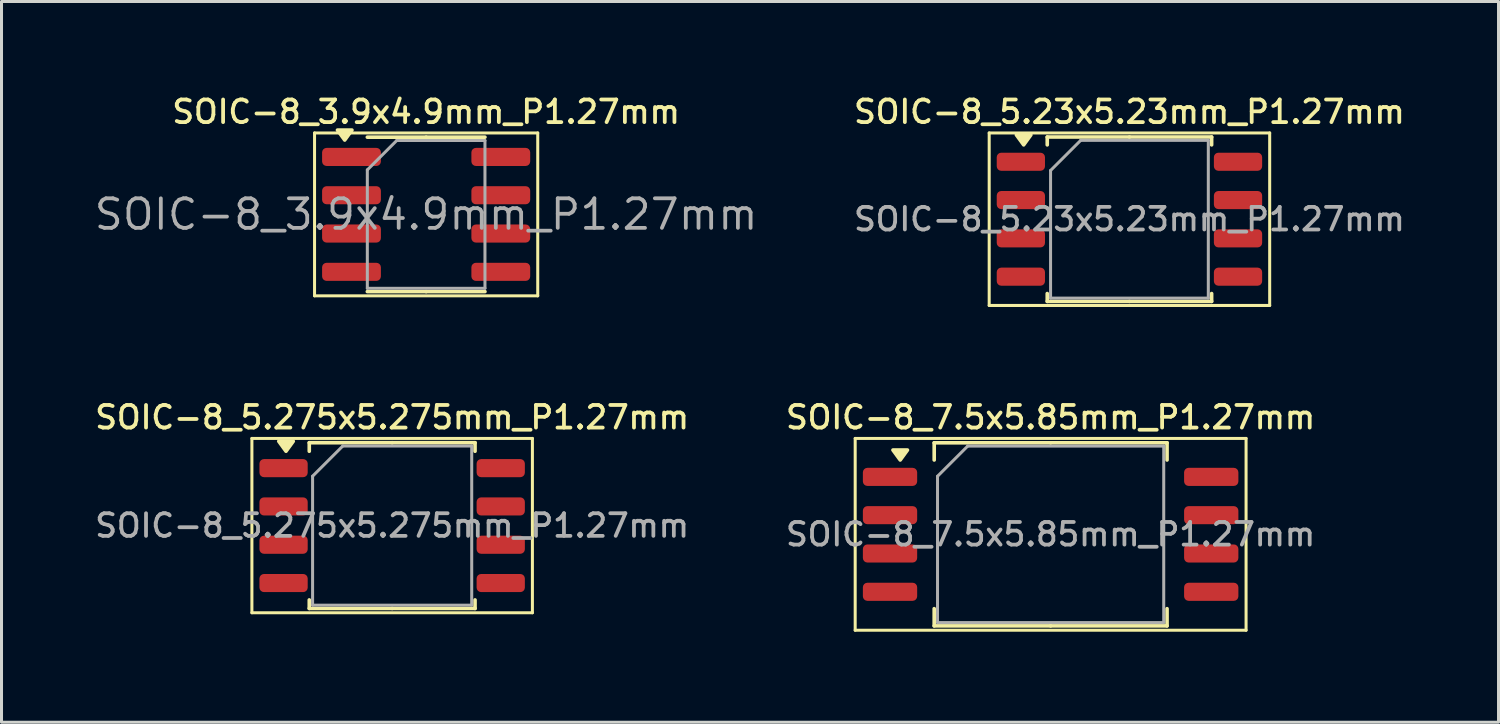
<source format=kicad_pcb>
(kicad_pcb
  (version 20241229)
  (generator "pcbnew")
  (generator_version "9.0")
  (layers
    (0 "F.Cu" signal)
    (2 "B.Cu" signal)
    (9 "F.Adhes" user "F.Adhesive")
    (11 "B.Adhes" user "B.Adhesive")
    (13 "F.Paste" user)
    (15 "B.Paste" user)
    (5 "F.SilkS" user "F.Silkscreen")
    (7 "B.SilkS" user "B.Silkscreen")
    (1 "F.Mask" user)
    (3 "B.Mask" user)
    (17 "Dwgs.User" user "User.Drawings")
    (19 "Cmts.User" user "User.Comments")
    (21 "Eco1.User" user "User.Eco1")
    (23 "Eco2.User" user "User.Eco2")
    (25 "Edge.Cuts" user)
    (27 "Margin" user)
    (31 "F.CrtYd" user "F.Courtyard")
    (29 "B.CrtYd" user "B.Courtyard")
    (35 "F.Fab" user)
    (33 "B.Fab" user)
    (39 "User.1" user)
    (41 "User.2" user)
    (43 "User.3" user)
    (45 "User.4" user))
  (footprint "SOIC-8_7.5x5.85mm_P1.27mm"
    (layer "F.Cu")
    (at 31.784 14.666)
    (property "Reference" "SOIC-8_7.5x5.85mm_P1.27mm" (at 0 -3.88 0) (layer "F.SilkS") (effects (font (size 0.75 0.75) (thickness 0.125))))
    (attr smd)
    (fp_line (start -6.48 -3.18) (end -6.48 3.18) (stroke (width 0.1) (type solid)) (layer "F.SilkS"))
    (fp_line (start -6.48 3.18) (end 6.48 3.18) (stroke (width 0.1) (type solid)) (layer "F.SilkS"))
    (fp_line (start -3.86 -3.035) (end -3.86 -2.465) (stroke (width 0.12) (type solid)) (layer "F.SilkS"))
    (fp_line (start -3.86 3.035) (end -3.86 2.465) (stroke (width 0.12) (type solid)) (layer "F.SilkS"))
    (fp_line (start 0 -3.035) (end -3.86 -3.035) (stroke (width 0.12) (type solid)) (layer "F.SilkS"))
    (fp_line (start 0 -3.035) (end 3.86 -3.035) (stroke (width 0.12) (type solid)) (layer "F.SilkS"))
    (fp_line (start 0 3.035) (end -3.86 3.035) (stroke (width 0.12) (type solid)) (layer "F.SilkS"))
    (fp_line (start 0 3.035) (end 3.86 3.035) (stroke (width 0.12) (type solid)) (layer "F.SilkS"))
    (fp_line (start 3.86 -3.035) (end 3.86 -2.465) (stroke (width 0.12) (type solid)) (layer "F.SilkS"))
    (fp_line (start 3.86 3.035) (end 3.86 2.465) (stroke (width 0.12) (type solid)) (layer "F.SilkS"))
    (fp_line (start 6.48 -3.18) (end -6.48 -3.18) (stroke (width 0.1) (type solid)) (layer "F.SilkS"))
    (fp_line (start 6.48 3.18) (end 6.48 -3.18) (stroke (width 0.1) (type solid)) (layer "F.SilkS"))
    (fp_poly (pts (xy -4.987 -2.465) (xy -5.228 -2.795) (xy -4.747 -2.795) (xy -4.987 -2.465)) (stroke (width 0.12) (type solid)) (fill yes) (layer "F.SilkS"))
    (fp_line (start -3.75 -1.925) (end -2.75 -2.925) (stroke (width 0.1) (type solid)) (layer "F.Fab"))
    (fp_line (start -3.75 2.925) (end -3.75 -1.925) (stroke (width 0.1) (type solid)) (layer "F.Fab"))
    (fp_line (start -2.75 -2.925) (end 3.75 -2.925) (stroke (width 0.1) (type solid)) (layer "F.Fab"))
    (fp_line (start 3.75 -2.925) (end 3.75 2.925) (stroke (width 0.1) (type solid)) (layer "F.Fab"))
    (fp_line (start 3.75 2.925) (end -3.75 2.925) (stroke (width 0.1) (type solid)) (layer "F.Fab"))
    (fp_text user "${REFERENCE}" (at 0 0 0) (layer "F.Fab") (effects (font (size 0.75 0.75) (thickness 0.125))))
    (pad "1" smd roundrect (at -5.325 -1.905) (size 1.8 0.6) (layers "F.Cu" "F.Mask" "F.Paste") (roundrect_rratio 0.25))
    (pad "2" smd roundrect (at -5.325 -0.635) (size 1.8 0.6) (layers "F.Cu" "F.Mask" "F.Paste") (roundrect_rratio 0.25))
    (pad "3" smd roundrect (at -5.325 0.635) (size 1.8 0.6) (layers "F.Cu" "F.Mask" "F.Paste") (roundrect_rratio 0.25))
    (pad "4" smd roundrect (at -5.325 1.905) (size 1.8 0.6) (layers "F.Cu" "F.Mask" "F.Paste") (roundrect_rratio 0.25))
    (pad "5" smd roundrect (at 5.325 1.905) (size 1.8 0.6) (layers "F.Cu" "F.Mask" "F.Paste") (roundrect_rratio 0.25))
    (pad "6" smd roundrect (at 5.325 0.635) (size 1.8 0.6) (layers "F.Cu" "F.Mask" "F.Paste") (roundrect_rratio 0.25))
    (pad "7" smd roundrect (at 5.325 -0.635) (size 1.8 0.6) (layers "F.Cu" "F.Mask" "F.Paste") (roundrect_rratio 0.25))
    (pad "8" smd roundrect (at 5.325 -1.905) (size 1.8 0.6) (layers "F.Cu" "F.Mask" "F.Paste") (roundrect_rratio 0.25)))
  (footprint "SOIC-8_3.9x4.9mm_P1.27mm"
    (layer "F.Cu")
    (at 11.079 4.058)
    (property "Reference" "SOIC-8_3.9x4.9mm_P1.27mm" (at 0 -3.4 0) (layer "F.SilkS") (effects (font (size 0.75 0.75) (thickness 0.125))))
    (attr smd)
    (fp_line (start -3.7 -2.7) (end -3.7 2.7) (stroke (width 0.1) (type solid)) (layer "F.SilkS"))
    (fp_line (start -3.7 2.7) (end 3.7 2.7) (stroke (width 0.1) (type solid)) (layer "F.SilkS"))
    (fp_line (start 0 -2.56) (end -1.95 -2.56) (stroke (width 0.12) (type solid)) (layer "F.SilkS"))
    (fp_line (start 0 -2.56) (end 1.95 -2.56) (stroke (width 0.12) (type solid)) (layer "F.SilkS"))
    (fp_line (start 0 2.56) (end -1.95 2.56) (stroke (width 0.12) (type solid)) (layer "F.SilkS"))
    (fp_line (start 0 2.56) (end 1.95 2.56) (stroke (width 0.12) (type solid)) (layer "F.SilkS"))
    (fp_line (start 3.7 -2.7) (end -3.7 -2.7) (stroke (width 0.1) (type solid)) (layer "F.SilkS"))
    (fp_line (start 3.7 2.7) (end 3.7 -2.7) (stroke (width 0.1) (type solid)) (layer "F.SilkS"))
    (fp_poly (pts (xy -2.7 -2.465) (xy -2.94 -2.795) (xy -2.46 -2.795) (xy -2.7 -2.465)) (stroke (width 0.12) (type solid)) (fill yes) (layer "F.SilkS"))
    (fp_line (start -1.95 -1.475) (end -0.975 -2.45) (stroke (width 0.1) (type solid)) (layer "F.Fab"))
    (fp_line (start -1.95 2.45) (end -1.95 -1.475) (stroke (width 0.1) (type solid)) (layer "F.Fab"))
    (fp_line (start -0.975 -2.45) (end 1.95 -2.45) (stroke (width 0.1) (type solid)) (layer "F.Fab"))
    (fp_line (start 1.95 -2.45) (end 1.95 2.45) (stroke (width 0.1) (type solid)) (layer "F.Fab"))
    (fp_line (start 1.95 2.45) (end -1.95 2.45) (stroke (width 0.1) (type solid)) (layer "F.Fab"))
    (fp_text user "${REFERENCE}" (at 0 0 0) (layer "F.Fab") (effects (font (size 0.98 0.98) (thickness 0.125))))
    (pad "1" smd roundrect (at -2.475 -1.905) (size 1.95 0.6) (layers "F.Cu" "F.Mask" "F.Paste") (roundrect_rratio 0.25))
    (pad "2" smd roundrect (at -2.475 -0.635) (size 1.95 0.6) (layers "F.Cu" "F.Mask" "F.Paste") (roundrect_rratio 0.25))
    (pad "3" smd roundrect (at -2.475 0.635) (size 1.95 0.6) (layers "F.Cu" "F.Mask" "F.Paste") (roundrect_rratio 0.25))
    (pad "4" smd roundrect (at -2.475 1.905) (size 1.95 0.6) (layers "F.Cu" "F.Mask" "F.Paste") (roundrect_rratio 0.25))
    (pad "5" smd roundrect (at 2.475 1.905) (size 1.95 0.6) (layers "F.Cu" "F.Mask" "F.Paste") (roundrect_rratio 0.25))
    (pad "6" smd roundrect (at 2.475 0.635) (size 1.95 0.6) (layers "F.Cu" "F.Mask" "F.Paste") (roundrect_rratio 0.25))
    (pad "7" smd roundrect (at 2.475 -0.635) (size 1.95 0.6) (layers "F.Cu" "F.Mask" "F.Paste") (roundrect_rratio 0.25))
    (pad "8" smd roundrect (at 2.475 -1.905) (size 1.95 0.6) (layers "F.Cu" "F.Mask" "F.Paste") (roundrect_rratio 0.25)))
  (footprint "SOIC-8_5.23x5.23mm_P1.27mm"
    (layer "F.Cu")
    (at 34.397 4.218)
    (property "Reference" "SOIC-8_5.23x5.23mm_P1.27mm" (at 0 -3.56 0) (layer "F.SilkS") (effects (font (size 0.75 0.75) (thickness 0.125))))
    (attr smd)
    (fp_line (start -4.65 -2.86) (end -4.65 2.86) (stroke (width 0.1) (type solid)) (layer "F.SilkS"))
    (fp_line (start -4.65 2.86) (end 4.65 2.86) (stroke (width 0.1) (type solid)) (layer "F.SilkS"))
    (fp_line (start -2.725 -2.725) (end -2.725 -2.465) (stroke (width 0.12) (type solid)) (layer "F.SilkS"))
    (fp_line (start -2.725 2.725) (end -2.725 2.465) (stroke (width 0.12) (type solid)) (layer "F.SilkS"))
    (fp_line (start 0 -2.725) (end -2.725 -2.725) (stroke (width 0.12) (type solid)) (layer "F.SilkS"))
    (fp_line (start 0 -2.725) (end 2.725 -2.725) (stroke (width 0.12) (type solid)) (layer "F.SilkS"))
    (fp_line (start 0 2.725) (end -2.725 2.725) (stroke (width 0.12) (type solid)) (layer "F.SilkS"))
    (fp_line (start 0 2.725) (end 2.725 2.725) (stroke (width 0.12) (type solid)) (layer "F.SilkS"))
    (fp_line (start 2.725 -2.725) (end 2.725 -2.465) (stroke (width 0.12) (type solid)) (layer "F.SilkS"))
    (fp_line (start 2.725 2.725) (end 2.725 2.465) (stroke (width 0.12) (type solid)) (layer "F.SilkS"))
    (fp_line (start 4.65 -2.86) (end -4.65 -2.86) (stroke (width 0.1) (type solid)) (layer "F.SilkS"))
    (fp_line (start 4.65 2.86) (end 4.65 -2.86) (stroke (width 0.1) (type solid)) (layer "F.SilkS"))
    (fp_poly (pts (xy -3.507 -2.465) (xy -3.748 -2.795) (xy -3.268 -2.795) (xy -3.507 -2.465)) (stroke (width 0.12) (type solid)) (fill yes) (layer "F.SilkS"))
    (fp_line (start -2.615 -1.615) (end -1.615 -2.615) (stroke (width 0.1) (type solid)) (layer "F.Fab"))
    (fp_line (start -2.615 2.615) (end -2.615 -1.615) (stroke (width 0.1) (type solid)) (layer "F.Fab"))
    (fp_line (start -1.615 -2.615) (end 2.615 -2.615) (stroke (width 0.1) (type solid)) (layer "F.Fab"))
    (fp_line (start 2.615 -2.615) (end 2.615 2.615) (stroke (width 0.1) (type solid)) (layer "F.Fab"))
    (fp_line (start 2.615 2.615) (end -2.615 2.615) (stroke (width 0.1) (type solid)) (layer "F.Fab"))
    (fp_text user "${REFERENCE}" (at 0 0 0) (layer "F.Fab") (effects (font (size 0.75 0.75) (thickness 0.125))))
    (pad "1" smd roundrect (at -3.6 -1.905) (size 1.6 0.6) (layers "F.Cu" "F.Mask" "F.Paste") (roundrect_rratio 0.25))
    (pad "2" smd roundrect (at -3.6 -0.635) (size 1.6 0.6) (layers "F.Cu" "F.Mask" "F.Paste") (roundrect_rratio 0.25))
    (pad "3" smd roundrect (at -3.6 0.635) (size 1.6 0.6) (layers "F.Cu" "F.Mask" "F.Paste") (roundrect_rratio 0.25))
    (pad "4" smd roundrect (at -3.6 1.905) (size 1.6 0.6) (layers "F.Cu" "F.Mask" "F.Paste") (roundrect_rratio 0.25))
    (pad "5" smd roundrect (at 3.6 1.905) (size 1.6 0.6) (layers "F.Cu" "F.Mask" "F.Paste") (roundrect_rratio 0.25))
    (pad "6" smd roundrect (at 3.6 0.635) (size 1.6 0.6) (layers "F.Cu" "F.Mask" "F.Paste") (roundrect_rratio 0.25))
    (pad "7" smd roundrect (at 3.6 -0.635) (size 1.6 0.6) (layers "F.Cu" "F.Mask" "F.Paste") (roundrect_rratio 0.25))
    (pad "8" smd roundrect (at 3.6 -1.905) (size 1.6 0.6) (layers "F.Cu" "F.Mask" "F.Paste") (roundrect_rratio 0.25)))
  (footprint "SOIC-8_5.275x5.275mm_P1.27mm"
    (layer "F.Cu")
    (at 9.952 14.376)
    (property "Reference" "SOIC-8_5.275x5.275mm_P1.27mm" (at 0 -3.59 0) (layer "F.SilkS") (effects (font (size 0.75 0.75) (thickness 0.125))))
    (attr smd)
    (fp_line (start -4.65 -2.89) (end -4.65 2.89) (stroke (width 0.1) (type solid)) (layer "F.SilkS"))
    (fp_line (start -4.65 2.89) (end 4.65 2.89) (stroke (width 0.1) (type solid)) (layer "F.SilkS"))
    (fp_line (start -2.748 -2.748) (end -2.748 -2.465) (stroke (width 0.12) (type solid)) (layer "F.SilkS"))
    (fp_line (start -2.748 2.748) (end -2.748 2.465) (stroke (width 0.12) (type solid)) (layer "F.SilkS"))
    (fp_line (start 0 -2.748) (end -2.748 -2.748) (stroke (width 0.12) (type solid)) (layer "F.SilkS"))
    (fp_line (start 0 -2.748) (end 2.748 -2.748) (stroke (width 0.12) (type solid)) (layer "F.SilkS"))
    (fp_line (start 0 2.748) (end -2.748 2.748) (stroke (width 0.12) (type solid)) (layer "F.SilkS"))
    (fp_line (start 0 2.748) (end 2.748 2.748) (stroke (width 0.12) (type solid)) (layer "F.SilkS"))
    (fp_line (start 2.748 -2.748) (end 2.748 -2.465) (stroke (width 0.12) (type solid)) (layer "F.SilkS"))
    (fp_line (start 2.748 2.748) (end 2.748 2.465) (stroke (width 0.12) (type solid)) (layer "F.SilkS"))
    (fp_line (start 4.65 -2.89) (end -4.65 -2.89) (stroke (width 0.1) (type solid)) (layer "F.SilkS"))
    (fp_line (start 4.65 2.89) (end 4.65 -2.89) (stroke (width 0.1) (type solid)) (layer "F.SilkS"))
    (fp_poly (pts (xy -3.519 -2.465) (xy -3.759 -2.795) (xy -3.279 -2.795) (xy -3.519 -2.465)) (stroke (width 0.12) (type solid)) (fill yes) (layer "F.SilkS"))
    (fp_line (start -2.638 -1.637) (end -1.637 -2.638) (stroke (width 0.1) (type solid)) (layer "F.Fab"))
    (fp_line (start -2.638 2.638) (end -2.638 -1.637) (stroke (width 0.1) (type solid)) (layer "F.Fab"))
    (fp_line (start -1.637 -2.638) (end 2.638 -2.638) (stroke (width 0.1) (type solid)) (layer "F.Fab"))
    (fp_line (start 2.638 -2.638) (end 2.638 2.638) (stroke (width 0.1) (type solid)) (layer "F.Fab"))
    (fp_line (start 2.638 2.638) (end -2.638 2.638) (stroke (width 0.1) (type solid)) (layer "F.Fab"))
    (fp_text user "${REFERENCE}" (at 0 0 0) (layer "F.Fab") (effects (font (size 0.75 0.75) (thickness 0.125))))
    (pad "1" smd roundrect (at -3.6 -1.905) (size 1.6 0.6) (layers "F.Cu" "F.Mask" "F.Paste") (roundrect_rratio 0.25))
    (pad "2" smd roundrect (at -3.6 -0.635) (size 1.6 0.6) (layers "F.Cu" "F.Mask" "F.Paste") (roundrect_rratio 0.25))
    (pad "3" smd roundrect (at -3.6 0.635) (size 1.6 0.6) (layers "F.Cu" "F.Mask" "F.Paste") (roundrect_rratio 0.25))
    (pad "4" smd roundrect (at -3.6 1.905) (size 1.6 0.6) (layers "F.Cu" "F.Mask" "F.Paste") (roundrect_rratio 0.25))
    (pad "5" smd roundrect (at 3.6 1.905) (size 1.6 0.6) (layers "F.Cu" "F.Mask" "F.Paste") (roundrect_rratio 0.25))
    (pad "6" smd roundrect (at 3.6 0.635) (size 1.6 0.6) (layers "F.Cu" "F.Mask" "F.Paste") (roundrect_rratio 0.25))
    (pad "7" smd roundrect (at 3.6 -0.635) (size 1.6 0.6) (layers "F.Cu" "F.Mask" "F.Paste") (roundrect_rratio 0.25))
    (pad "8" smd roundrect (at 3.6 -1.905) (size 1.6 0.6) (layers "F.Cu" "F.Mask" "F.Paste") (roundrect_rratio 0.25)))
  (gr_rect
    (start -3 -3)
    (end 46.634 20.896)
    (stroke (width 0.1) (type default))
    (fill no)
    (layer "Edge.Cuts")))
</source>
